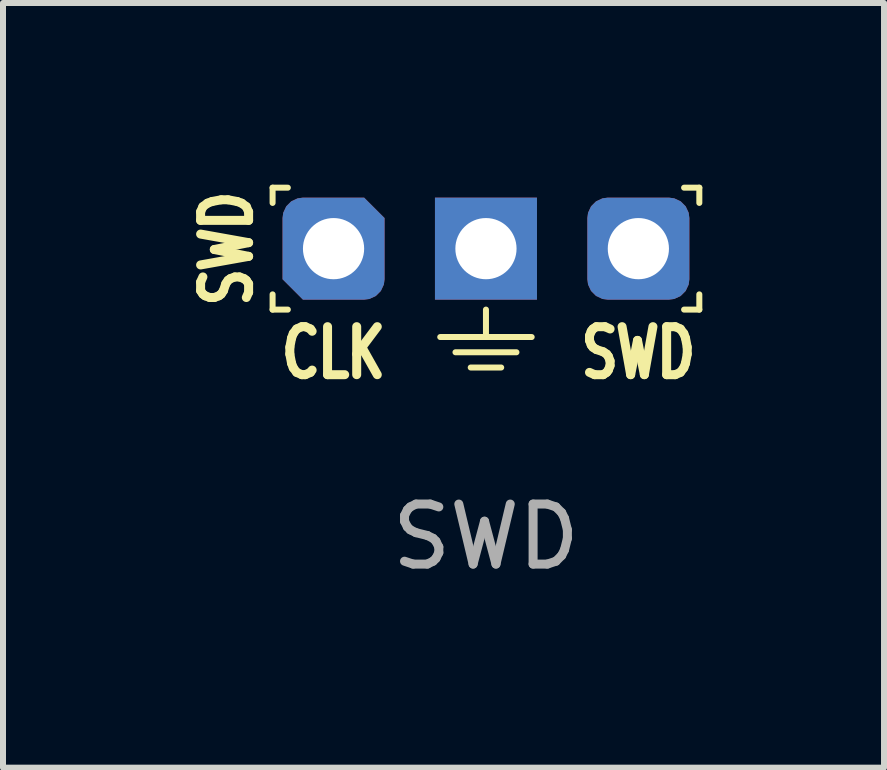
<source format=kicad_pcb>
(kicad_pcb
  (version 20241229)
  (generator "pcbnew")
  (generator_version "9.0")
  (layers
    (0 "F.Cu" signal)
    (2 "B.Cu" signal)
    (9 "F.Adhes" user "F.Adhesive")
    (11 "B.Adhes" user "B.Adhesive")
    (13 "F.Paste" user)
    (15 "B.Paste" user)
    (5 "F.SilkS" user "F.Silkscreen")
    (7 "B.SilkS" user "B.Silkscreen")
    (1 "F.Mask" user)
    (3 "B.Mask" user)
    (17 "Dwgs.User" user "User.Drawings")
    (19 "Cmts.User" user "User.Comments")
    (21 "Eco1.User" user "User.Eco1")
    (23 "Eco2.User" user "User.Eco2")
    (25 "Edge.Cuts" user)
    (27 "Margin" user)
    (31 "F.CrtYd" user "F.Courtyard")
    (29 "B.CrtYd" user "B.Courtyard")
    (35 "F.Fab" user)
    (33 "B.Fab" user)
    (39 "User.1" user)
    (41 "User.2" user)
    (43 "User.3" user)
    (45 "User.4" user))
  (footprint "SWD"
    (layer "F.Cu")
    (at 5.049 1.094)
    (property "Reference" "SWD" (at -4.318 0 90) (unlocked yes) (layer "F.SilkS") (effects (font (size 0.8 0.6) (thickness 0.15) (bold yes))))
    (attr through_hole)
    (fp_line (start -3.556 -0.762) (end -3.556 -1.016) (stroke (width 0.1) (type default)) (layer "F.SilkS"))
    (fp_line (start -3.556 0.762) (end -3.556 1.016) (stroke (width 0.1) (type default)) (layer "F.SilkS"))
    (fp_line (start -3.556 1.016) (end -3.302 1.016) (stroke (width 0.1) (type default)) (layer "F.SilkS"))
    (fp_line (start -3.302 -1.016) (end -3.556 -1.016) (stroke (width 0.1) (type default)) (layer "F.SilkS"))
    (fp_line (start -0.762 1.473) (end 0.762 1.473) (stroke (width 0.1) (type default)) (layer "F.SilkS"))
    (fp_line (start -0.508 1.727) (end 0.508 1.727) (stroke (width 0.1) (type default)) (layer "F.SilkS"))
    (fp_line (start -0.254 1.981) (end 0.254 1.981) (stroke (width 0.1) (type default)) (layer "F.SilkS"))
    (fp_line (start 0 1.016) (end 0 1.473) (stroke (width 0.1) (type default)) (layer "F.SilkS"))
    (fp_line (start 3.302 1.016) (end 3.556 1.016) (stroke (width 0.1) (type default)) (layer "F.SilkS"))
    (fp_line (start 3.556 -1.016) (end 3.302 -1.016) (stroke (width 0.1) (type default)) (layer "F.SilkS"))
    (fp_line (start 3.556 -0.762) (end 3.556 -1.016) (stroke (width 0.1) (type default)) (layer "F.SilkS"))
    (fp_line (start 3.556 1.016) (end 3.556 0.762) (stroke (width 0.1) (type default)) (layer "F.SilkS"))
    (fp_text user "SWD" (at 2.54 1.27 0) (unlocked yes) (layer "F.SilkS") (effects (font (size 0.8 0.6) (thickness 0.15) (bold yes)) (justify top)))
    (fp_text user "CLK" (at -2.54 1.27 0) (unlocked yes) (layer "F.SilkS") (effects (font (size 0.8 0.6) (thickness 0.15) (bold yes)) (justify top)))
    (fp_text user "${REFERENCE}" (at 0 4.802 0) (unlocked yes) (layer "F.Fab") (effects (font (size 1 1) (thickness 0.15))))
    (pad "1" thru_hole roundrect (at 2.54 0) (size 1.7 1.7) (drill 1.02) (layers "*.Cu" "*.Mask") (roundrect_rratio 0.2))
    (pad "2" thru_hole rect (at 0 0) (size 1.7 1.7) (drill 1.02) (layers "*.Cu" "*.Mask"))
    (pad "3" thru_hole roundrect (at -2.54 0) (size 1.7 1.7) (drill 1.02) (layers "*.Cu" "*.Mask") (roundrect_rratio 0.2) (chamfer_ratio 0.2) (chamfer top_right bottom_left)))
  (gr_rect
    (start -3 -3)
    (end 11.683 9.744)
    (stroke (width 0.1) (type default))
    (fill no)
    (layer "Edge.Cuts")))
</source>
